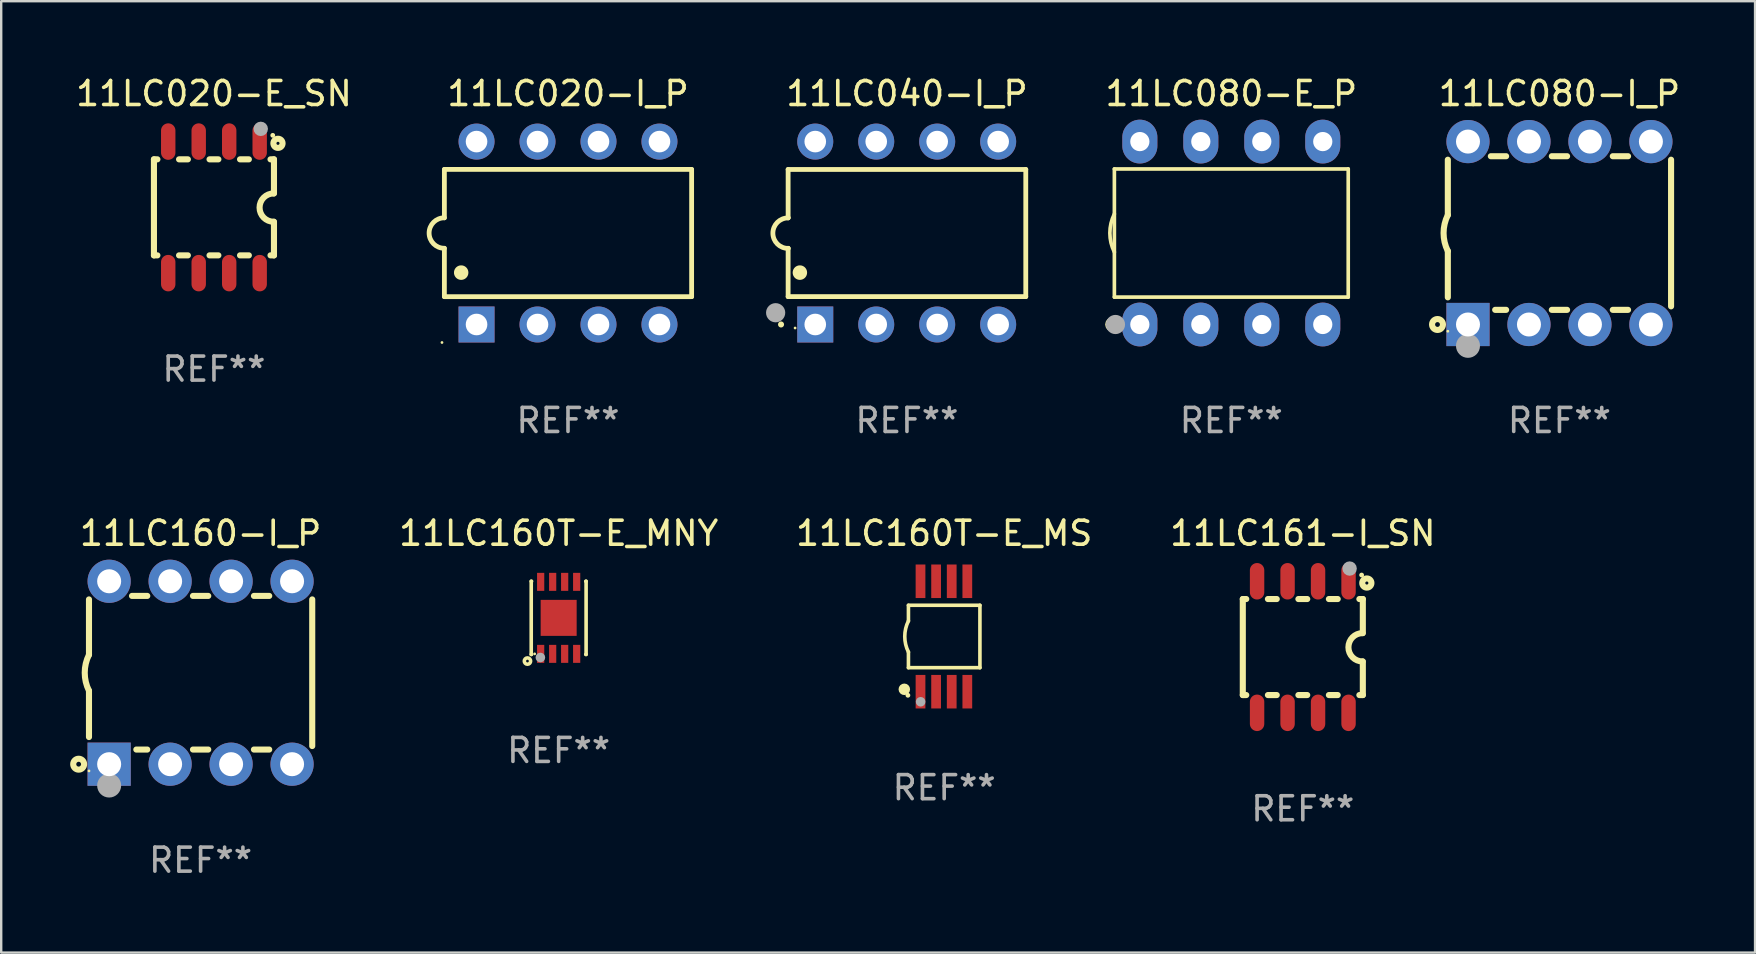
<source format=kicad_pcb>
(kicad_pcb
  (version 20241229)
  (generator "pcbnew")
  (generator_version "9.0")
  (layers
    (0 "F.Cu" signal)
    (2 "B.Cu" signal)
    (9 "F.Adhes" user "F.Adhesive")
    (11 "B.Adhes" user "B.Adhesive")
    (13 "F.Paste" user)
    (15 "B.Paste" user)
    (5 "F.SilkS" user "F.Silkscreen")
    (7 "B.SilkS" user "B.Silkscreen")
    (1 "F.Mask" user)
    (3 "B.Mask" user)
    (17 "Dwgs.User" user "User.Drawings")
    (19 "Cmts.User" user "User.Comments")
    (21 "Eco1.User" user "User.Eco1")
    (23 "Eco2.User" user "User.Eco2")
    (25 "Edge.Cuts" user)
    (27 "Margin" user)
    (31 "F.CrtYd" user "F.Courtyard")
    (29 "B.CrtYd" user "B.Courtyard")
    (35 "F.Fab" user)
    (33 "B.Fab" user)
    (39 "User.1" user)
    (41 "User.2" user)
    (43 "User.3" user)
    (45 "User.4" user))
  (footprint "11LC160-I_P"
    (layer "F.Cu")
    (at 5.307 24.975)
    (property "Reference" "11LC160-I_P" (at 0 -5.81 0) (layer "F.SilkS") (effects (font (size 1 1) (thickness 0.15))))
    (attr through_hole)
    (fp_line (start -4.65 0.749) (end -4.65 2.679) (stroke (width 0.254) (type solid)) (layer "F.SilkS"))
    (fp_line (start -4.65 -0.75) (end -4.65 -3.054) (stroke (width 0.254) (type solid)) (layer "F.SilkS"))
    (fp_line (start -2.222 -3.2) (end -2.858 -3.2) (stroke (width 0.254) (type solid)) (layer "F.SilkS"))
    (fp_line (start -2.222 3.2) (end -2.678 3.2) (stroke (width 0.254) (type solid)) (layer "F.SilkS"))
    (fp_line (start 0.318 -3.2) (end -0.318 -3.2) (stroke (width 0.254) (type solid)) (layer "F.SilkS"))
    (fp_line (start 0.318 3.2) (end -0.318 3.2) (stroke (width 0.254) (type solid)) (layer "F.SilkS"))
    (fp_line (start 2.858 -3.2) (end 2.222 -3.2) (stroke (width 0.254) (type solid)) (layer "F.SilkS"))
    (fp_line (start 2.858 3.2) (end 2.222 3.2) (stroke (width 0.254) (type solid)) (layer "F.SilkS"))
    (fp_line (start 4.65 -3.054) (end 4.65 3.054) (stroke (width 0.254) (type solid)) (layer "F.SilkS"))
    (fp_arc (start -4.650381 0.749301) (mid -4.827099 -0.000443) (end -4.649644 -0.750013) (stroke (width 0.254001) (type solid)) (layer "F.SilkS"))
    (fp_circle (center -5.08 3.81) (end -4.98 3.81) (stroke (width 0.254) (type solid)) (fill no) (layer "F.SilkS"))
    (fp_circle (center -4.65 4.09) (end -4.62 4.09) (stroke (width 0.06) (type solid)) (fill no) (layer "F.SilkS"))
    (fp_circle (center -3.81 4.699) (end -3.56 4.699) (stroke (width 0.5) (type solid)) (fill no) (layer "F.Fab"))
    (fp_text user "REF**" (at 0 7.81 0) (layer "F.Fab") (effects (font (size 1 1) (thickness 0.15))))
    (pad "1" thru_hole rect (at -3.81 3.81) (size 1.8 1.8) (drill 1) (layers "*.Cu" "*.Mask"))
    (pad "2" thru_hole circle (at -1.27 3.81) (size 1.8 1.8) (drill 1) (layers "*.Cu" "*.Mask"))
    (pad "3" thru_hole circle (at 1.27 3.81) (size 1.8 1.8) (drill 1) (layers "*.Cu" "*.Mask"))
    (pad "4" thru_hole circle (at 3.81 3.81) (size 1.8 1.8) (drill 1) (layers "*.Cu" "*.Mask"))
    (pad "5" thru_hole circle (at 3.81 -3.81) (size 1.8 1.8) (drill 1) (layers "*.Cu" "*.Mask"))
    (pad "6" thru_hole circle (at 1.27 -3.81) (size 1.8 1.8) (drill 1) (layers "*.Cu" "*.Mask"))
    (pad "7" thru_hole circle (at -1.27 -3.81) (size 1.8 1.8) (drill 1) (layers "*.Cu" "*.Mask"))
    (pad "8" thru_hole circle (at -3.81 -3.81) (size 1.8 1.8) (drill 1) (layers "*.Cu" "*.Mask")))
  (footprint "11LC020-I_P"
    (layer "F.Cu")
    (at 20.612 6.658)
    (property "Reference" "11LC020-I_P" (at 0 -5.81 0) (layer "F.SilkS") (effects (font (size 1 1) (thickness 0.15))))
    (attr through_hole)
    (fp_line (start -5.15 -2.65) (end 5.15 -2.65) (stroke (width 0.2) (type solid)) (layer "F.SilkS"))
    (fp_line (start -5.15 -0.635) (end -5.15 -2.65) (stroke (width 0.2) (type solid)) (layer "F.SilkS"))
    (fp_line (start -5.15 2.65) (end -5.15 0.635) (stroke (width 0.2) (type solid)) (layer "F.SilkS"))
    (fp_line (start 5.15 -2.65) (end 5.15 2.65) (stroke (width 0.2) (type solid)) (layer "F.SilkS"))
    (fp_line (start 5.15 2.65) (end -5.15 2.65) (stroke (width 0.2) (type solid)) (layer "F.SilkS"))
    (fp_arc (start -5.15113 0.635001) (mid -5.786131 0) (end -5.15113 -0.635001) (stroke (width 0.2) (type solid)) (layer "F.SilkS"))
    (fp_arc (start -4.450089 1.651003) (mid -4.4501 1.648463) (end -4.450089 1.645923) (stroke (width 0.6) (type solid)) (layer "F.SilkS"))
    (fp_circle (center -5.25 4.56) (end -5.22 4.56) (stroke (width 0.06) (type solid)) (fill no) (layer "F.SilkS"))
    (fp_text user "REF**" (at 0 7.81 0) (layer "F.Fab") (effects (font (size 1 1) (thickness 0.15))))
    (pad "1" thru_hole rect (at -3.81 3.81 90) (size 1.5 1.5) (drill 0.9) (layers "*.Cu" "*.Mask"))
    (pad "2" thru_hole circle (at -1.27 3.81) (size 1.5 1.5) (drill 0.9) (layers "*.Cu" "*.Mask"))
    (pad "3" thru_hole circle (at 1.27 3.81) (size 1.5 1.5) (drill 0.9) (layers "*.Cu" "*.Mask"))
    (pad "4" thru_hole circle (at 3.81 3.81) (size 1.5 1.5) (drill 0.9) (layers "*.Cu" "*.Mask"))
    (pad "5" thru_hole circle (at 3.81 -3.81) (size 1.5 1.5) (drill 0.9) (layers "*.Cu" "*.Mask"))
    (pad "6" thru_hole circle (at 1.27 -3.81) (size 1.5 1.5) (drill 0.9) (layers "*.Cu" "*.Mask"))
    (pad "7" thru_hole circle (at -1.27 -3.81) (size 1.5 1.5) (drill 0.9) (layers "*.Cu" "*.Mask"))
    (pad "8" thru_hole circle (at -3.81 -3.81) (size 1.5 1.5) (drill 0.9) (layers "*.Cu" "*.Mask")))
  (footprint "11LC080-E_P"
    (layer "F.Cu")
    (at 48.244 6.658)
    (property "Reference" "11LC080-E_P" (at 0 -5.81 0) (layer "F.SilkS") (effects (font (size 1 1) (thickness 0.15))))
    (attr through_hole)
    (fp_line (start -4.871 -2.669) (end 4.871 -2.669) (stroke (width 0.152) (type solid)) (layer "F.SilkS"))
    (fp_line (start -4.871 2.669) (end -4.871 -2.669) (stroke (width 0.152) (type solid)) (layer "F.SilkS"))
    (fp_line (start 4.871 -2.669) (end 4.871 2.669) (stroke (width 0.152) (type solid)) (layer "F.SilkS"))
    (fp_line (start 4.871 2.669) (end -4.871 2.669) (stroke (width 0.152) (type solid)) (layer "F.SilkS"))
    (fp_arc (start -4.871222 0.793751) (mid -5.058601 0) (end -4.871222 -0.793752) (stroke (width 0.1524) (type solid)) (layer "F.SilkS"))
    (fp_circle (center -4.953 3.81) (end -4.803 3.81) (stroke (width 0.3) (type solid)) (fill no) (layer "F.SilkS"))
    (fp_circle (center -4.795 3.935) (end -4.765 3.935) (stroke (width 0.06) (type solid)) (fill no) (layer "F.SilkS"))
    (fp_circle (center -4.826 3.81) (end -4.626 3.81) (stroke (width 0.4) (type solid)) (fill no) (layer "F.Fab"))
    (fp_text user "REF**" (at 0 7.81 0) (layer "F.Fab") (effects (font (size 1 1) (thickness 0.15))))
    (pad "1" thru_hole oval (at -3.81 3.81) (size 1.46 1.825) (drill 0.8) (layers "*.Cu" "*.Mask"))
    (pad "2" thru_hole oval (at -1.27 3.81) (size 1.46 1.825) (drill 0.8) (layers "*.Cu" "*.Mask"))
    (pad "3" thru_hole oval (at 1.27 3.81) (size 1.46 1.825) (drill 0.8) (layers "*.Cu" "*.Mask"))
    (pad "4" thru_hole oval (at 3.81 3.81) (size 1.46 1.825) (drill 0.8) (layers "*.Cu" "*.Mask"))
    (pad "5" thru_hole oval (at 3.81 -3.81) (size 1.46 1.825) (drill 0.8) (layers "*.Cu" "*.Mask"))
    (pad "6" thru_hole oval (at 1.27 -3.81) (size 1.46 1.825) (drill 0.8) (layers "*.Cu" "*.Mask"))
    (pad "7" thru_hole oval (at -1.27 -3.81) (size 1.46 1.825) (drill 0.8) (layers "*.Cu" "*.Mask"))
    (pad "8" thru_hole oval (at -3.81 -3.81) (size 1.46 1.825) (drill 0.8) (layers "*.Cu" "*.Mask")))
  (footprint "11LC040-I_P"
    (layer "F.Cu")
    (at 34.732 6.658)
    (property "Reference" "11LC040-I_P" (at 0 -5.81 0) (layer "F.SilkS") (effects (font (size 1 1) (thickness 0.15))))
    (attr through_hole)
    (fp_line (start -4.95 -2.649) (end 4.95 -2.649) (stroke (width 0.2) (type solid)) (layer "F.SilkS"))
    (fp_line (start -4.95 -0.635) (end -4.95 -2.649) (stroke (width 0.2) (type solid)) (layer "F.SilkS"))
    (fp_line (start -4.95 0.635) (end -4.95 0.64) (stroke (width 0.2) (type solid)) (layer "F.SilkS"))
    (fp_line (start -4.95 2.649) (end -4.95 0.635) (stroke (width 0.2) (type solid)) (layer "F.SilkS"))
    (fp_line (start -4.95 -0.64) (end -4.95 -0.635) (stroke (width 0.2) (type solid)) (layer "F.SilkS"))
    (fp_line (start 4.95 -2.649) (end 4.95 2.649) (stroke (width 0.2) (type solid)) (layer "F.SilkS"))
    (fp_line (start 4.95 2.649) (end -4.95 2.649) (stroke (width 0.2) (type solid)) (layer "F.SilkS"))
    (fp_arc (start -5.24511 3.810008) (mid -5.245117 3.808738) (end -5.24511 3.807468) (stroke (width 0.25) (type solid)) (layer "F.SilkS"))
    (fp_arc (start -4.950165 0.640005) (mid -5.585166 0.005004) (end -4.950165 -0.629997) (stroke (width 0.2) (type solid)) (layer "F.SilkS"))
    (fp_arc (start -4.460249 1.651003) (mid -4.46026 1.648463) (end -4.460249 1.645923) (stroke (width 0.6) (type solid)) (layer "F.SilkS"))
    (fp_circle (center -4.66 3.956) (end -4.63 3.956) (stroke (width 0.06) (type solid)) (fill no) (layer "F.SilkS"))
    (fp_circle (center -5.47 3.32) (end -5.27 3.32) (stroke (width 0.4) (type solid)) (fill no) (layer "F.Fab"))
    (fp_text user "REF**" (at 0 7.81 0) (layer "F.Fab") (effects (font (size 1 1) (thickness 0.15))))
    (pad "1" thru_hole rect (at -3.82 3.81) (size 1.5 1.5) (drill 0.9) (layers "*.Cu" "*.Mask"))
    (pad "2" thru_hole circle (at -1.28 3.81) (size 1.5 1.5) (drill 0.9) (layers "*.Cu" "*.Mask"))
    (pad "3" thru_hole circle (at 1.26 3.81) (size 1.5 1.5) (drill 0.9) (layers "*.Cu" "*.Mask"))
    (pad "4" thru_hole circle (at 3.8 3.81) (size 1.5 1.5) (drill 0.9) (layers "*.Cu" "*.Mask"))
    (pad "5" thru_hole circle (at 3.8 -3.81) (size 1.5 1.5) (drill 0.9) (layers "*.Cu" "*.Mask"))
    (pad "6" thru_hole circle (at 1.26 -3.81) (size 1.5 1.5) (drill 0.9) (layers "*.Cu" "*.Mask"))
    (pad "7" thru_hole circle (at -1.28 -3.81) (size 1.5 1.5) (drill 0.9) (layers "*.Cu" "*.Mask"))
    (pad "8" thru_hole circle (at -3.82 -3.81) (size 1.5 1.5) (drill 0.9) (layers "*.Cu" "*.Mask")))
  (footprint "11LC160T-E_MNY"
    (layer "F.Cu")
    (at 20.223 22.689)
    (property "Reference" "11LC160T-E_MNY" (at 0 -3.524 0) (layer "F.SilkS") (effects (font (size 1 1) (thickness 0.15))))
    (attr through_hole)
    (fp_line (start -1.143 -1.524) (end -1.143 1.524) (stroke (width 0.15) (type solid)) (layer "F.SilkS"))
    (fp_line (start -1.143 1.524) (end -1.129 1.524) (stroke (width 0.15) (type solid)) (layer "F.SilkS"))
    (fp_line (start -1.129 -1.524) (end -1.143 -1.524) (stroke (width 0.15) (type solid)) (layer "F.SilkS"))
    (fp_line (start 1.129 1.524) (end 1.143 1.524) (stroke (width 0.15) (type solid)) (layer "F.SilkS"))
    (fp_line (start 1.143 -1.524) (end 1.129 -1.524) (stroke (width 0.15) (type solid)) (layer "F.SilkS"))
    (fp_line (start 1.143 1.524) (end 1.143 -1.524) (stroke (width 0.15) (type solid)) (layer "F.SilkS"))
    (fp_circle (center -1.3 1.8) (end -1.243 1.8) (stroke (width 0.15) (type solid)) (fill no) (layer "F.SilkS"))
    (fp_circle (center -1 1.5) (end -0.97 1.5) (stroke (width 0.06) (type solid)) (fill no) (layer "F.SilkS"))
    (fp_circle (center -0.762 1.651) (end -0.662 1.651) (stroke (width 0.2) (type solid)) (fill no) (layer "F.Fab"))
    (fp_text user "REF**" (at 0 5.524 0) (layer "F.Fab") (effects (font (size 1 1) (thickness 0.15))))
    (pad "1" smd rect (at -0.75 1.5 90) (size 0.75 0.3) (layers "F.Cu" "F.Mask" "F.Paste"))
    (pad "2" smd rect (at -0.25 1.5 90) (size 0.75 0.3) (layers "F.Cu" "F.Mask" "F.Paste"))
    (pad "3" smd rect (at 0.25 1.5 90) (size 0.75 0.3) (layers "F.Cu" "F.Mask" "F.Paste"))
    (pad "4" smd rect (at 0.75 1.5 90) (size 0.75 0.3) (layers "F.Cu" "F.Mask" "F.Paste"))
    (pad "5" smd rect (at 0.75 -1.5 90) (size 0.75 0.3) (layers "F.Cu" "F.Mask" "F.Paste"))
    (pad "6" smd rect (at 0.25 -1.5 90) (size 0.75 0.3) (layers "F.Cu" "F.Mask" "F.Paste"))
    (pad "7" smd rect (at -0.25 -1.5 90) (size 0.75 0.3) (layers "F.Cu" "F.Mask" "F.Paste"))
    (pad "8" smd rect (at -0.75 -1.5 90) (size 0.75 0.3) (layers "F.Cu" "F.Mask" "F.Paste"))
    (pad "9" smd rect (at -0.000203 0.000457 90) (size 1.5 1.5) (layers "F.Cu" "F.Mask" "F.Paste")))
  (footprint "11LC160T-E_MS"
    (layer "F.Cu")
    (at 36.283 23.465)
    (property "Reference" "11LC160T-E_MS" (at 0 -4.3 0) (layer "F.SilkS") (effects (font (size 1 1) (thickness 0.15))))
    (attr through_hole)
    (fp_line (start -1.489 -1.3) (end -1.489 -0.648) (stroke (width 0.15) (type solid)) (layer "F.SilkS"))
    (fp_line (start -1.489 0.648) (end -1.489 1.3) (stroke (width 0.15) (type solid)) (layer "F.SilkS"))
    (fp_line (start -1.489 1.3) (end 1.489 1.3) (stroke (width 0.15) (type solid)) (layer "F.SilkS"))
    (fp_line (start 1.489 -1.3) (end -1.489 -1.3) (stroke (width 0.15) (type solid)) (layer "F.SilkS"))
    (fp_line (start 1.489 1.3) (end 1.489 -1.3) (stroke (width 0.15) (type solid)) (layer "F.SilkS"))
    (fp_arc (start -1.489205 0.647702) (mid -1.642107 0) (end -1.489205 -0.647701) (stroke (width 0.150013) (type solid)) (layer "F.SilkS"))
    (fp_circle (center -1.661 2.2) (end -1.541 2.2) (stroke (width 0.24) (type solid)) (fill no) (layer "F.SilkS"))
    (fp_circle (center -1.511 2.45) (end -1.461 2.45) (stroke (width 0.1) (type solid)) (fill no) (layer "F.SilkS"))
    (fp_circle (center -0.981 2.72) (end -0.881 2.72) (stroke (width 0.2) (type solid)) (fill no) (layer "F.Fab"))
    (fp_text user "REF**" (at 0 6.3 0) (layer "F.Fab") (effects (font (size 1 1) (thickness 0.15))))
    (pad "1" smd rect (at -0.986 2.3) (size 0.406 1.397) (layers "F.Cu" "F.Mask" "F.Paste"))
    (pad "2" smd rect (at -0.336 2.3) (size 0.406 1.397) (layers "F.Cu" "F.Mask" "F.Paste"))
    (pad "3" smd rect (at 0.314 2.3) (size 0.406 1.397) (layers "F.Cu" "F.Mask" "F.Paste"))
    (pad "4" smd rect (at 0.964 2.3) (size 0.406 1.397) (layers "F.Cu" "F.Mask" "F.Paste"))
    (pad "5" smd rect (at 0.964 -2.3) (size 0.406 1.397) (layers "F.Cu" "F.Mask" "F.Paste"))
    (pad "6" smd rect (at 0.314 -2.3) (size 0.406 1.397) (layers "F.Cu" "F.Mask" "F.Paste"))
    (pad "7" smd rect (at -0.336 -2.3) (size 0.406 1.397) (layers "F.Cu" "F.Mask" "F.Paste"))
    (pad "8" smd rect (at -0.986 -2.3) (size 0.406 1.397) (layers "F.Cu" "F.Mask" "F.Paste")))
  (footprint "11LC161-I_SN"
    (layer "F.Cu")
    (at 51.223 23.905)
    (property "Reference" "11LC161-I_SN" (at 0 -4.74 0) (layer "F.SilkS") (effects (font (size 1 1) (thickness 0.15))))
    (attr through_hole)
    (fp_line (start -2.5 2) (end -2.5 -2) (stroke (width 0.254) (type solid)) (layer "F.SilkS"))
    (fp_line (start -2.356 -2) (end -2.5 -2) (stroke (width 0.254) (type solid)) (layer "F.SilkS"))
    (fp_line (start -2.356 2) (end -2.5 2) (stroke (width 0.254) (type solid)) (layer "F.SilkS"))
    (fp_line (start -1.086 -2) (end -1.454 -2) (stroke (width 0.254) (type solid)) (layer "F.SilkS"))
    (fp_line (start -1.086 2) (end -1.454 2) (stroke (width 0.254) (type solid)) (layer "F.SilkS"))
    (fp_line (start 0.184 -2) (end -0.184 -2) (stroke (width 0.254) (type solid)) (layer "F.SilkS"))
    (fp_line (start 0.184 2) (end -0.184 2) (stroke (width 0.254) (type solid)) (layer "F.SilkS"))
    (fp_line (start 1.454 -2) (end 1.086 -2) (stroke (width 0.254) (type solid)) (layer "F.SilkS"))
    (fp_line (start 1.454 2) (end 1.086 2) (stroke (width 0.254) (type solid)) (layer "F.SilkS"))
    (fp_line (start 2.5 -2) (end 2.356 -2) (stroke (width 0.254) (type solid)) (layer "F.SilkS"))
    (fp_line (start 2.5 -0.58) (end 2.5 -2) (stroke (width 0.254) (type solid)) (layer "F.SilkS"))
    (fp_line (start 2.5 2) (end 2.356 2) (stroke (width 0.254) (type solid)) (layer "F.SilkS"))
    (fp_line (start 2.5 2) (end 2.5 0.6) (stroke (width 0.254) (type solid)) (layer "F.SilkS"))
    (fp_arc (start 2.489992 0.600051) (mid 1.901674 0.010046) (end 2.489992 -0.579959) (stroke (width 0.254001) (type solid)) (layer "F.SilkS"))
    (fp_circle (center 2.45 -3) (end 2.5 -3) (stroke (width 0.1) (type solid)) (fill no) (layer "F.SilkS"))
    (fp_circle (center 2.667 -2.667) (end 2.858 -2.667) (stroke (width 0.254) (type solid)) (fill no) (layer "F.SilkS"))
    (fp_circle (center 1.95 -3.27) (end 2.1 -3.27) (stroke (width 0.3) (type solid)) (fill no) (layer "F.Fab"))
    (fp_text user "REF**" (at 0 6.74 0) (layer "F.Fab") (effects (font (size 1 1) (thickness 0.15))))
    (pad "1" smd oval (at 1.905 -2.74) (size 0.6 1.52) (layers "F.Cu" "F.Mask" "F.Paste"))
    (pad "2" smd oval (at 0.635 -2.74) (size 0.6 1.52) (layers "F.Cu" "F.Mask" "F.Paste"))
    (pad "3" smd oval (at -0.635 -2.74) (size 0.6 1.52) (layers "F.Cu" "F.Mask" "F.Paste"))
    (pad "4" smd oval (at -1.905 -2.74) (size 0.6 1.52) (layers "F.Cu" "F.Mask" "F.Paste"))
    (pad "5" smd oval (at -1.905 2.74) (size 0.6 1.52) (layers "F.Cu" "F.Mask" "F.Paste"))
    (pad "6" smd oval (at -0.635 2.74) (size 0.6 1.52) (layers "F.Cu" "F.Mask" "F.Paste"))
    (pad "7" smd oval (at 0.635 2.74) (size 0.6 1.52) (layers "F.Cu" "F.Mask" "F.Paste"))
    (pad "8" smd oval (at 1.905 2.74) (size 0.6 1.52) (layers "F.Cu" "F.Mask" "F.Paste")))
  (footprint "11LC020-E_SN"
    (layer "F.Cu")
    (at 5.863 5.588)
    (property "Reference" "11LC020-E_SN" (at 0 -4.74 0) (layer "F.SilkS") (effects (font (size 1 1) (thickness 0.15))))
    (attr through_hole)
    (fp_line (start -2.5 2) (end -2.5 -2) (stroke (width 0.254) (type solid)) (layer "F.SilkS"))
    (fp_line (start -2.356 -2) (end -2.5 -2) (stroke (width 0.254) (type solid)) (layer "F.SilkS"))
    (fp_line (start -2.356 2) (end -2.5 2) (stroke (width 0.254) (type solid)) (layer "F.SilkS"))
    (fp_line (start -1.086 -2) (end -1.454 -2) (stroke (width 0.254) (type solid)) (layer "F.SilkS"))
    (fp_line (start -1.086 2) (end -1.454 2) (stroke (width 0.254) (type solid)) (layer "F.SilkS"))
    (fp_line (start 0.184 -2) (end -0.184 -2) (stroke (width 0.254) (type solid)) (layer "F.SilkS"))
    (fp_line (start 0.184 2) (end -0.184 2) (stroke (width 0.254) (type solid)) (layer "F.SilkS"))
    (fp_line (start 1.454 -2) (end 1.086 -2) (stroke (width 0.254) (type solid)) (layer "F.SilkS"))
    (fp_line (start 1.454 2) (end 1.086 2) (stroke (width 0.254) (type solid)) (layer "F.SilkS"))
    (fp_line (start 2.5 -2) (end 2.356 -2) (stroke (width 0.254) (type solid)) (layer "F.SilkS"))
    (fp_line (start 2.5 -0.58) (end 2.5 -2) (stroke (width 0.254) (type solid)) (layer "F.SilkS"))
    (fp_line (start 2.5 2) (end 2.356 2) (stroke (width 0.254) (type solid)) (layer "F.SilkS"))
    (fp_line (start 2.5 2) (end 2.5 0.6) (stroke (width 0.254) (type solid)) (layer "F.SilkS"))
    (fp_arc (start 2.489992 0.600051) (mid 1.901674 0.010046) (end 2.489992 -0.579959) (stroke (width 0.254001) (type solid)) (layer "F.SilkS"))
    (fp_circle (center 2.45 -3) (end 2.5 -3) (stroke (width 0.1) (type solid)) (fill no) (layer "F.SilkS"))
    (fp_circle (center 2.667 -2.667) (end 2.858 -2.667) (stroke (width 0.254) (type solid)) (fill no) (layer "F.SilkS"))
    (fp_circle (center 1.95 -3.27) (end 2.1 -3.27) (stroke (width 0.3) (type solid)) (fill no) (layer "F.Fab"))
    (fp_text user "REF**" (at 0 6.74 0) (layer "F.Fab") (effects (font (size 1 1) (thickness 0.15))))
    (pad "1" smd oval (at 1.905 -2.74) (size 0.6 1.52) (layers "F.Cu" "F.Mask" "F.Paste"))
    (pad "2" smd oval (at 0.635 -2.74) (size 0.6 1.52) (layers "F.Cu" "F.Mask" "F.Paste"))
    (pad "3" smd oval (at -0.635 -2.74) (size 0.6 1.52) (layers "F.Cu" "F.Mask" "F.Paste"))
    (pad "4" smd oval (at -1.905 -2.74) (size 0.6 1.52) (layers "F.Cu" "F.Mask" "F.Paste"))
    (pad "5" smd oval (at -1.905 2.74) (size 0.6 1.52) (layers "F.Cu" "F.Mask" "F.Paste"))
    (pad "6" smd oval (at -0.635 2.74) (size 0.6 1.52) (layers "F.Cu" "F.Mask" "F.Paste"))
    (pad "7" smd oval (at 0.635 2.74) (size 0.6 1.52) (layers "F.Cu" "F.Mask" "F.Paste"))
    (pad "8" smd oval (at 1.905 2.74) (size 0.6 1.52) (layers "F.Cu" "F.Mask" "F.Paste")))
  (footprint "11LC080-I_P"
    (layer "F.Cu")
    (at 61.914 6.658)
    (property "Reference" "11LC080-I_P" (at 0 -5.81 0) (layer "F.SilkS") (effects (font (size 1 1) (thickness 0.15))))
    (attr through_hole)
    (fp_line (start -4.65 0.749) (end -4.65 2.679) (stroke (width 0.254) (type solid)) (layer "F.SilkS"))
    (fp_line (start -4.65 -0.75) (end -4.65 -3.054) (stroke (width 0.254) (type solid)) (layer "F.SilkS"))
    (fp_line (start -2.222 -3.2) (end -2.858 -3.2) (stroke (width 0.254) (type solid)) (layer "F.SilkS"))
    (fp_line (start -2.222 3.2) (end -2.678 3.2) (stroke (width 0.254) (type solid)) (layer "F.SilkS"))
    (fp_line (start 0.318 -3.2) (end -0.318 -3.2) (stroke (width 0.254) (type solid)) (layer "F.SilkS"))
    (fp_line (start 0.318 3.2) (end -0.318 3.2) (stroke (width 0.254) (type solid)) (layer "F.SilkS"))
    (fp_line (start 2.858 -3.2) (end 2.222 -3.2) (stroke (width 0.254) (type solid)) (layer "F.SilkS"))
    (fp_line (start 2.858 3.2) (end 2.222 3.2) (stroke (width 0.254) (type solid)) (layer "F.SilkS"))
    (fp_line (start 4.65 -3.054) (end 4.65 3.054) (stroke (width 0.254) (type solid)) (layer "F.SilkS"))
    (fp_arc (start -4.650381 0.749301) (mid -4.827099 -0.000443) (end -4.649644 -0.750013) (stroke (width 0.254001) (type solid)) (layer "F.SilkS"))
    (fp_circle (center -5.08 3.81) (end -4.98 3.81) (stroke (width 0.254) (type solid)) (fill no) (layer "F.SilkS"))
    (fp_circle (center -4.65 4.09) (end -4.62 4.09) (stroke (width 0.06) (type solid)) (fill no) (layer "F.SilkS"))
    (fp_circle (center -3.81 4.699) (end -3.56 4.699) (stroke (width 0.5) (type solid)) (fill no) (layer "F.Fab"))
    (fp_text user "REF**" (at 0 7.81 0) (layer "F.Fab") (effects (font (size 1 1) (thickness 0.15))))
    (pad "1" thru_hole rect (at -3.81 3.81) (size 1.8 1.8) (drill 1) (layers "*.Cu" "*.Mask"))
    (pad "2" thru_hole circle (at -1.27 3.81) (size 1.8 1.8) (drill 1) (layers "*.Cu" "*.Mask"))
    (pad "3" thru_hole circle (at 1.27 3.81) (size 1.8 1.8) (drill 1) (layers "*.Cu" "*.Mask"))
    (pad "4" thru_hole circle (at 3.81 3.81) (size 1.8 1.8) (drill 1) (layers "*.Cu" "*.Mask"))
    (pad "5" thru_hole circle (at 3.81 -3.81) (size 1.8 1.8) (drill 1) (layers "*.Cu" "*.Mask"))
    (pad "6" thru_hole circle (at 1.27 -3.81) (size 1.8 1.8) (drill 1) (layers "*.Cu" "*.Mask"))
    (pad "7" thru_hole circle (at -1.27 -3.81) (size 1.8 1.8) (drill 1) (layers "*.Cu" "*.Mask"))
    (pad "8" thru_hole circle (at -3.81 -3.81) (size 1.8 1.8) (drill 1) (layers "*.Cu" "*.Mask")))
  (gr_rect
    (start -3 -3)
    (end 70.063 36.633)
    (stroke (width 0.1) (type default))
    (fill no)
    (layer "Edge.Cuts")))
</source>
